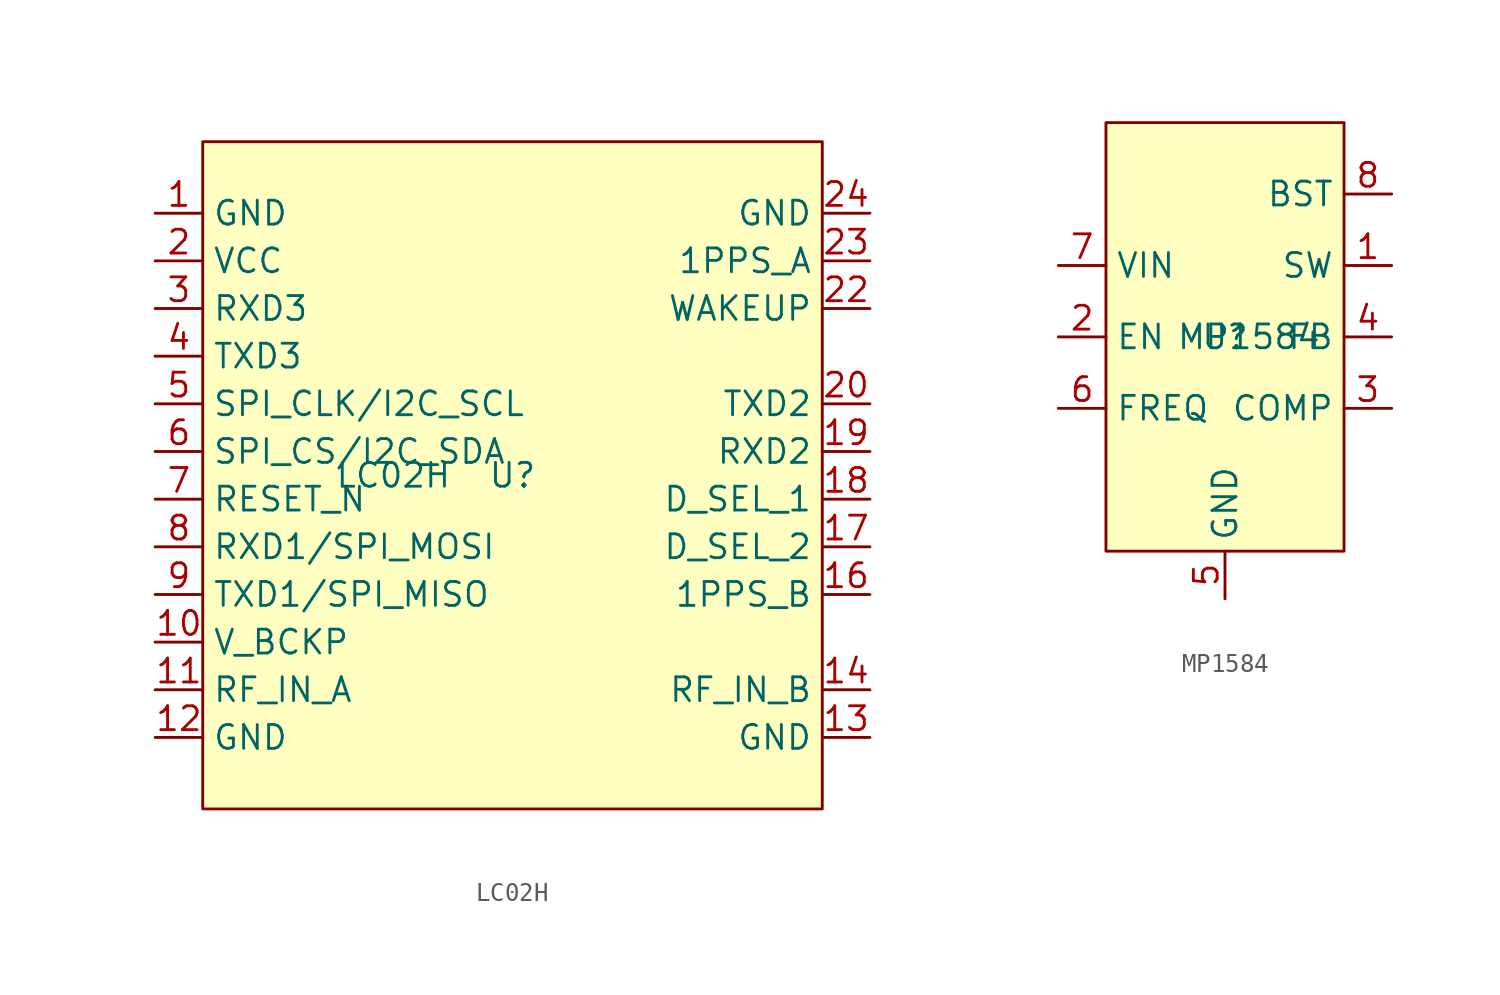
<source format=kicad_sym>
(kicad_symbol_lib
  (version 20220914)
  (generator kicad_symbol_editor)
  (symbol "LC02H"
    (property "Reference" "U"
      (at 0 0 0)
      (effects (font (size 1.27 1.27))))
    (property "Value" "LC02H"
      (at -6.35 0 0)
      (effects (font (size 1.27 1.27))))
    (symbol "LC02H_1_1"
      (rectangle (start -16.51 17.78) (end 16.51 -17.78) (stroke (width 0) (type default)) (fill (type background)))
      (pin power_in line (at -19.05 13.97 0) (length 2.54) (name "GND" (effects (font (size 1.27 1.27)))) (number "1" (effects (font (size 1.27 1.27)))))
      (pin power_in line (at -19.05 -8.89 0) (length 2.54) (name "V_BCKP" (effects (font (size 1.27 1.27)))) (number "10" (effects (font (size 1.27 1.27)))))
      (pin input line (at -19.05 -11.43 0) (length 2.54) (name "RF_IN_A" (effects (font (size 1.27 1.27)))) (number "11" (effects (font (size 1.27 1.27)))))
      (pin power_in line (at -19.05 -13.97 0) (length 2.54) (name "GND" (effects (font (size 1.27 1.27)))) (number "12" (effects (font (size 1.27 1.27)))))
      (pin power_in line (at 19.05 -13.97 180) (length 2.54) (name "GND" (effects (font (size 1.27 1.27)))) (number "13" (effects (font (size 1.27 1.27)))))
      (pin input line (at 19.05 -11.43 180) (length 2.54) (name "RF_IN_B" (effects (font (size 1.27 1.27)))) (number "14" (effects (font (size 1.27 1.27)))))
      (pin no_connect line (at 19.05 -8.89 180) (length 2.54) hide (name "RESERVED" (effects (font (size 1.27 1.27)))) (number "15" (effects (font (size 1.27 1.27)))))
      (pin output line (at 19.05 -6.35 180) (length 2.54) (name "1PPS_B" (effects (font (size 1.27 1.27)))) (number "16" (effects (font (size 1.27 1.27)))))
      (pin input line (at 19.05 -3.81 180) (length 2.54) (name "D_SEL_2" (effects (font (size 1.27 1.27)))) (number "17" (effects (font (size 1.27 1.27)))))
      (pin input line (at 19.05 -1.27 180) (length 2.54) (name "D_SEL_1" (effects (font (size 1.27 1.27)))) (number "18" (effects (font (size 1.27 1.27)))))
      (pin input line (at 19.05 1.27 180) (length 2.54) (name "RXD2" (effects (font (size 1.27 1.27)))) (number "19" (effects (font (size 1.27 1.27)))))
      (pin power_in line (at -19.05 11.43 0) (length 2.54) (name "VCC" (effects (font (size 1.27 1.27)))) (number "2" (effects (font (size 1.27 1.27)))))
      (pin output line (at 19.05 3.81 180) (length 2.54) (name "TXD2" (effects (font (size 1.27 1.27)))) (number "20" (effects (font (size 1.27 1.27)))))
      (pin no_connect line (at 19.05 6.35 180) (length 2.54) hide (name "RESERVED" (effects (font (size 1.27 1.27)))) (number "21" (effects (font (size 1.27 1.27)))))
      (pin input line (at 19.05 8.89 180) (length 2.54) (name "WAKEUP" (effects (font (size 1.27 1.27)))) (number "22" (effects (font (size 1.27 1.27)))))
      (pin output line (at 19.05 11.43 180) (length 2.54) (name "1PPS_A" (effects (font (size 1.27 1.27)))) (number "23" (effects (font (size 1.27 1.27)))))
      (pin power_in line (at 19.05 13.97 180) (length 2.54) (name "GND" (effects (font (size 1.27 1.27)))) (number "24" (effects (font (size 1.27 1.27)))))
      (pin input line (at -19.05 8.89 0) (length 2.54) (name "RXD3" (effects (font (size 1.27 1.27)))) (number "3" (effects (font (size 1.27 1.27)))))
      (pin output line (at -19.05 6.35 0) (length 2.54) (name "TXD3" (effects (font (size 1.27 1.27)))) (number "4" (effects (font (size 1.27 1.27)))))
      (pin input line (at -19.05 3.81 0) (length 2.54) (name "SPI_CLK/I2C_SCL" (effects (font (size 1.27 1.27)))) (number "5" (effects (font (size 1.27 1.27)))))
      (pin bidirectional line (at -19.05 1.27 0) (length 2.54) (name "SPI_CS/I2C_SDA" (effects (font (size 1.27 1.27)))) (number "6" (effects (font (size 1.27 1.27)))))
      (pin input line (at -19.05 -1.27 0) (length 2.54) (name "RESET_N" (effects (font (size 1.27 1.27)))) (number "7" (effects (font (size 1.27 1.27)))))
      (pin input line (at -19.05 -3.81 0) (length 2.54) (name "RXD1/SPI_MOSI" (effects (font (size 1.27 1.27)))) (number "8" (effects (font (size 1.27 1.27)))))
      (pin output line (at -19.05 -6.35 0) (length 2.54) (name "TXD1/SPI_MISO" (effects (font (size 1.27 1.27)))) (number "9" (effects (font (size 1.27 1.27)))))))
  (symbol "MP1584"
    (property "Reference" "U"
      (at 0 0 0)
      (effects (font (size 1.27 1.27))))
    (property "Value" "MP1584"
      (at 1.27 0 0)
      (effects (font (size 1.27 1.27))))
    (symbol "MP1584_1_1"
      (rectangle (start -6.35 11.43) (end 6.35 -11.43) (stroke (width 0) (type default)) (fill (type background)))
      (pin free line (at 8.89 3.81 180) (length 2.54) (name "SW" (effects (font (size 1.27 1.27)))) (number "1" (effects (font (size 1.27 1.27)))))
      (pin free line (at -8.89 0 0) (length 2.54) (name "EN" (effects (font (size 1.27 1.27)))) (number "2" (effects (font (size 1.27 1.27)))))
      (pin free line (at 8.89 -3.81 180) (length 2.54) (name "COMP" (effects (font (size 1.27 1.27)))) (number "3" (effects (font (size 1.27 1.27)))))
      (pin free line (at 8.89 0 180) (length 2.54) (name "FB" (effects (font (size 1.27 1.27)))) (number "4" (effects (font (size 1.27 1.27)))))
      (pin free line (at 0 -13.97 90) (length 2.54) (name "GND" (effects (font (size 1.27 1.27)))) (number "5" (effects (font (size 1.27 1.27)))))
      (pin free line (at -8.89 -3.81 0) (length 2.54) (name "FREQ" (effects (font (size 1.27 1.27)))) (number "6" (effects (font (size 1.27 1.27)))))
      (pin free line (at -8.89 3.81 0) (length 2.54) (name "VIN" (effects (font (size 1.27 1.27)))) (number "7" (effects (font (size 1.27 1.27)))))
      (pin free line (at 8.89 7.62 180) (length 2.54) (name "BST" (effects (font (size 1.27 1.27)))) (number "8" (effects (font (size 1.27 1.27))))))))
</source>
